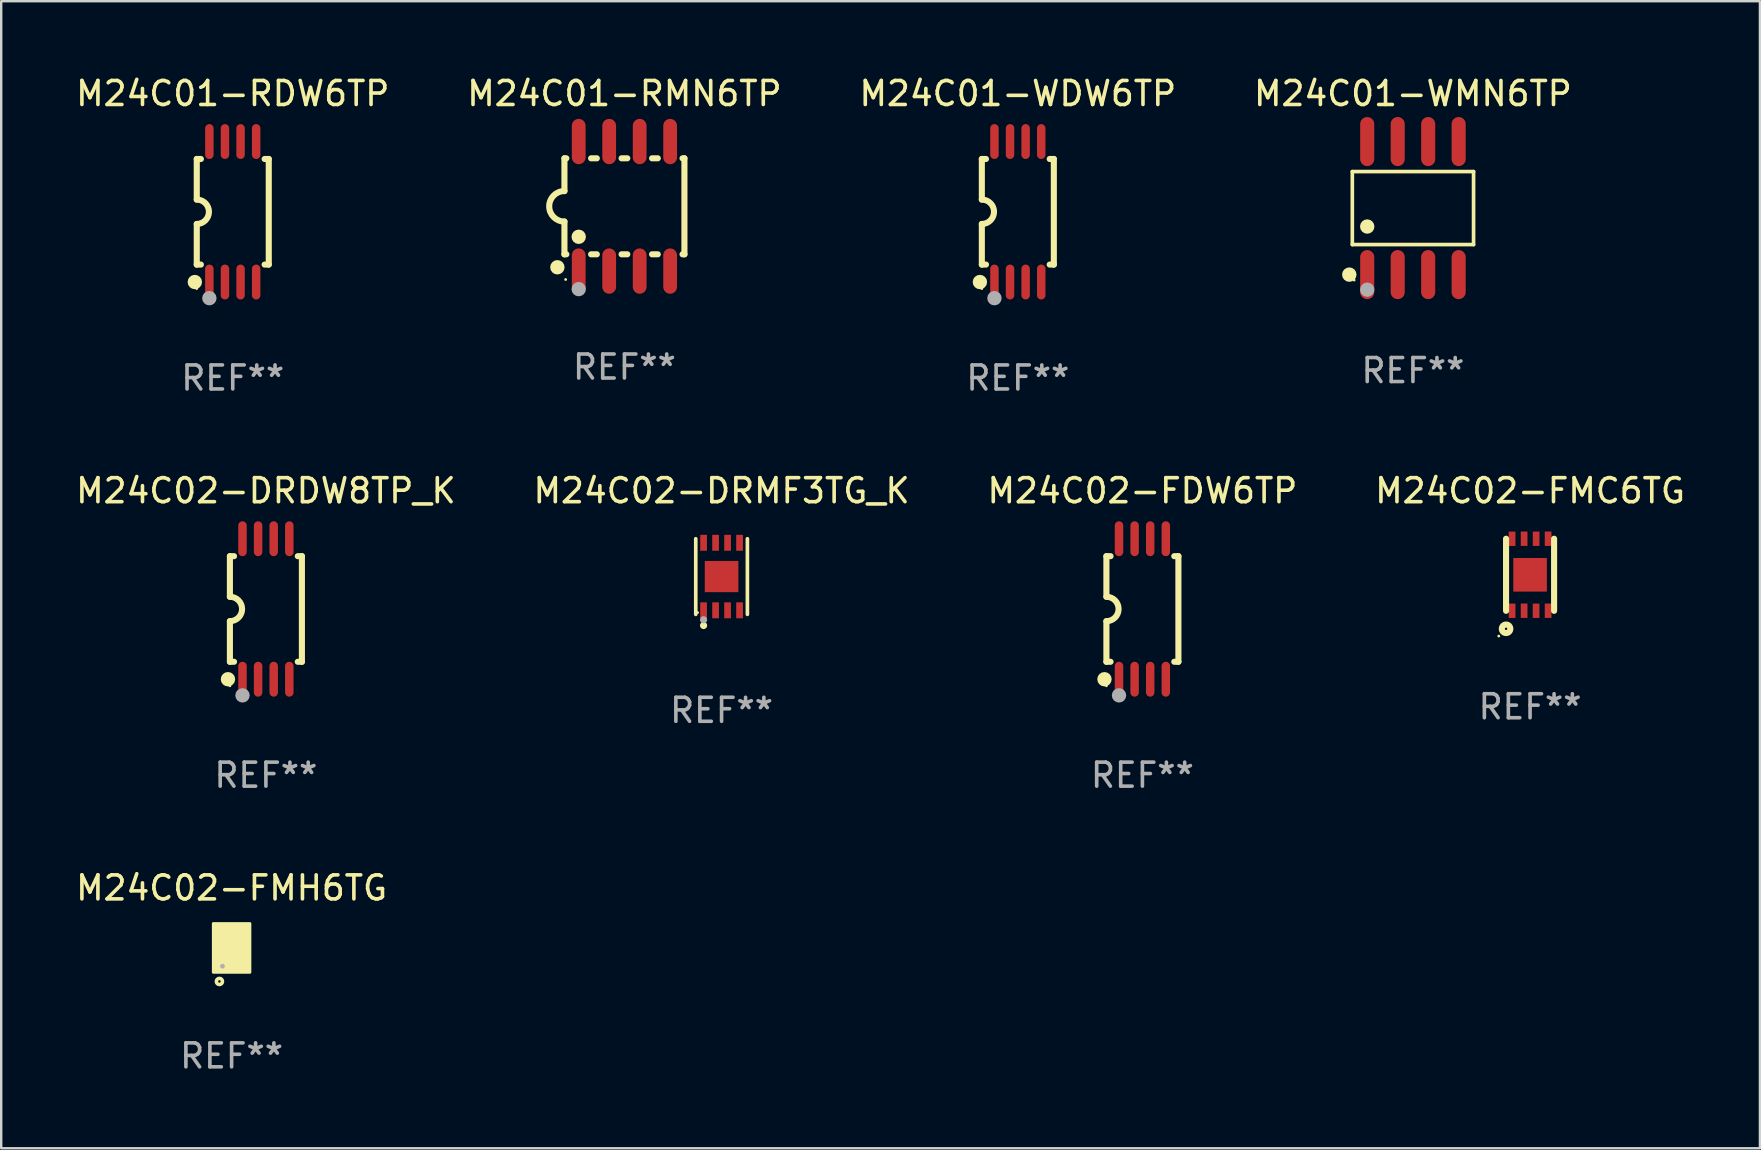
<source format=kicad_pcb>
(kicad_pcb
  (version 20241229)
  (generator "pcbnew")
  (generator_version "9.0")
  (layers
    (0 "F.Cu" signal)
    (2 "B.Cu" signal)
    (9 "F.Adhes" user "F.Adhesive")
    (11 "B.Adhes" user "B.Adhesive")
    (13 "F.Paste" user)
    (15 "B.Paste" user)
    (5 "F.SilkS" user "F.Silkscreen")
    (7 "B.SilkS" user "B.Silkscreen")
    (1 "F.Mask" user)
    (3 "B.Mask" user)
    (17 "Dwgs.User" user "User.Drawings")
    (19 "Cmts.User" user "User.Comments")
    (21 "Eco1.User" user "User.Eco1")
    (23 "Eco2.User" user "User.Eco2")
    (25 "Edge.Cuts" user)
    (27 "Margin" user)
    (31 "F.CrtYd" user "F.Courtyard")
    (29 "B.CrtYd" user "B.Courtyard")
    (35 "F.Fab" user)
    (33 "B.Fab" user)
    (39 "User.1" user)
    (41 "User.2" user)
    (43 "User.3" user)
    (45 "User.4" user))
  (footprint "M24C01-RMN6TP"
    (layer "F.Cu")
    (at 22.97 5.547)
    (property "Reference" "M24C01-RMN6TP" (at 0 -4.699 0) (layer "F.SilkS") (effects (font (size 1 1) (thickness 0.15))))
    (attr through_hole)
    (fp_line (start -2.5 -2) (end -2.5 -0.635) (stroke (width 0.254) (type solid)) (layer "F.SilkS"))
    (fp_line (start -2.5 -2) (end -2.421 -2) (stroke (width 0.254) (type solid)) (layer "F.SilkS"))
    (fp_line (start -2.5 2) (end -2.5 0.635) (stroke (width 0.254) (type solid)) (layer "F.SilkS"))
    (fp_line (start -2.5 2) (end -2.421 2) (stroke (width 0.254) (type solid)) (layer "F.SilkS"))
    (fp_line (start -1.389 -2) (end -1.151 -2) (stroke (width 0.254) (type solid)) (layer "F.SilkS"))
    (fp_line (start -1.389 2) (end -1.151 2) (stroke (width 0.254) (type solid)) (layer "F.SilkS"))
    (fp_line (start -0.119 -2) (end 0.119 -2) (stroke (width 0.254) (type solid)) (layer "F.SilkS"))
    (fp_line (start -0.119 2) (end 0.119 2) (stroke (width 0.254) (type solid)) (layer "F.SilkS"))
    (fp_line (start 1.151 -2) (end 1.389 -2) (stroke (width 0.254) (type solid)) (layer "F.SilkS"))
    (fp_line (start 1.151 2) (end 1.389 2) (stroke (width 0.254) (type solid)) (layer "F.SilkS"))
    (fp_line (start 2.421 -2) (end 2.5 -2) (stroke (width 0.254) (type solid)) (layer "F.SilkS"))
    (fp_line (start 2.421 2) (end 2.5 2) (stroke (width 0.254) (type solid)) (layer "F.SilkS"))
    (fp_line (start 2.5 -2) (end 2.5 2) (stroke (width 0.254) (type solid)) (layer "F.SilkS"))
    (fp_arc (start -2.5 0.635001) (mid -3.134366 -0.000318) (end -2.499365 -0.635001) (stroke (width 0.254001) (type solid)) (layer "F.SilkS"))
    (fp_circle (center -2.794 2.54) (end -2.644 2.54) (stroke (width 0.3) (type solid)) (fill no) (layer "F.SilkS"))
    (fp_circle (center -2.45 3.05) (end -2.42 3.05) (stroke (width 0.06) (type solid)) (fill no) (layer "F.SilkS"))
    (fp_circle (center -1.905 1.27) (end -1.755 1.27) (stroke (width 0.3) (type solid)) (fill no) (layer "F.SilkS"))
    (fp_circle (center -1.905 3.45) (end -1.755 3.45) (stroke (width 0.3) (type solid)) (fill no) (layer "F.Fab"))
    (fp_text user "REF**" (at 0 6.699 0) (layer "F.Fab") (effects (font (size 1 1) (thickness 0.15))))
    (pad "1" smd oval (at -1.905 2.699) (size 0.574 1.888) (layers "F.Cu" "F.Mask" "F.Paste"))
    (pad "2" smd oval (at -0.635 2.699) (size 0.574 1.888) (layers "F.Cu" "F.Mask" "F.Paste"))
    (pad "3" smd oval (at 0.635 2.699) (size 0.574 1.888) (layers "F.Cu" "F.Mask" "F.Paste"))
    (pad "4" smd oval (at 1.905 2.699) (size 0.574 1.888) (layers "F.Cu" "F.Mask" "F.Paste"))
    (pad "5" smd oval (at 1.905 -2.699) (size 0.574 1.888) (layers "F.Cu" "F.Mask" "F.Paste"))
    (pad "6" smd oval (at 0.635 -2.699) (size 0.574 1.888) (layers "F.Cu" "F.Mask" "F.Paste"))
    (pad "7" smd oval (at -0.635 -2.699) (size 0.574 1.888) (layers "F.Cu" "F.Mask" "F.Paste"))
    (pad "8" smd oval (at -1.905 -2.699) (size 0.574 1.888) (layers "F.Cu" "F.Mask" "F.Paste")))
  (footprint "M24C02-DRMF3TG_K"
    (layer "F.Cu")
    (at 27.018 20.975)
    (property "Reference" "M24C02-DRMF3TG_K" (at 0 -3.576 0) (layer "F.SilkS") (effects (font (size 1 1) (thickness 0.15))))
    (attr through_hole)
    (fp_line (start -1.076 1.576) (end -1.076 -1.576) (stroke (width 0.152) (type solid)) (layer "F.SilkS"))
    (fp_line (start 1.076 1.576) (end 1.076 -1.576) (stroke (width 0.152) (type solid)) (layer "F.SilkS"))
    (fp_circle (center -1 1.5) (end -0.97 1.5) (stroke (width 0.06) (type solid)) (fill no) (layer "F.SilkS"))
    (fp_circle (center -0.75 2.04) (end -0.675 2.04) (stroke (width 0.15) (type solid)) (fill no) (layer "F.SilkS"))
    (fp_circle (center -0.75 1.8) (end -0.675 1.8) (stroke (width 0.15) (type solid)) (fill no) (layer "F.Fab"))
    (fp_text user "REF**" (at 0 5.576 0) (layer "F.Fab") (effects (font (size 1 1) (thickness 0.15))))
    (pad "1" smd rect (at -0.75 1.407) (size 0.28 0.665) (layers "F.Cu" "F.Mask" "F.Paste"))
    (pad "2" smd rect (at -0.25 1.407) (size 0.28 0.665) (layers "F.Cu" "F.Mask" "F.Paste"))
    (pad "3" smd rect (at 0.25 1.407) (size 0.28 0.665) (layers "F.Cu" "F.Mask" "F.Paste"))
    (pad "4" smd rect (at 0.75 1.407) (size 0.28 0.665) (layers "F.Cu" "F.Mask" "F.Paste"))
    (pad "5" smd rect (at 0.75 -1.407) (size 0.28 0.665) (layers "F.Cu" "F.Mask" "F.Paste"))
    (pad "6" smd rect (at 0.25 -1.407) (size 0.28 0.665) (layers "F.Cu" "F.Mask" "F.Paste"))
    (pad "7" smd rect (at -0.25 -1.407) (size 0.28 0.665) (layers "F.Cu" "F.Mask" "F.Paste"))
    (pad "8" smd rect (at -0.75 -1.407) (size 0.28 0.665) (layers "F.Cu" "F.Mask" "F.Paste"))
    (pad "9" smd rect (at 0 0) (size 1.4 1.3) (layers "F.Cu" "F.Mask" "F.Paste")))
  (footprint "M24C02-FMH6TG"
    (layer "F.Cu")
    (at 6.601 36.45)
    (property "Reference" "M24C02-FMH6TG" (at 0 -2.5 0) (layer "F.SilkS") (effects (font (size 1 1) (thickness 0.15))))
    (attr through_hole)
    (fp_circle (center -0.7 0.85) (end -0.67 0.85) (stroke (width 0.06) (type solid)) (fill no) (layer "F.SilkS"))
    (fp_circle (center -0.508 1.397) (end -0.381 1.397) (stroke (width 0.15) (type solid)) (fill no) (layer "F.SilkS"))
    (fp_poly (pts (xy -0.762 -1.016) (xy 0.762 -1.016) (xy 0.762 1.016) (xy -0.762 1.016)) (stroke (width 0.12) (type solid)) (fill yes) (layer "F.SilkS"))
    (fp_circle (center -0.381 0.762) (end -0.331 0.762) (stroke (width 0.1) (type solid)) (fill no) (layer "F.Fab"))
    (fp_text user "REF**" (at 0 4.5 0) (layer "F.Fab") (effects (font (size 1 1) (thickness 0.15))))
    (pad "1" smd rect (at -0.4 0.5 90) (size 0.6 0.2) (layers "F.Cu" "F.Mask" "F.Paste"))
    (pad "2" smd rect (at 0 0.000127 90) (size 1.6 0.2) (layers "F.Cu" "F.Mask" "F.Paste"))
    (pad "3" smd rect (at 0.4 0.5 90) (size 0.6 0.2) (layers "F.Cu" "F.Mask" "F.Paste"))
    (pad "4" smd rect (at 0.4 -0.5 90) (size 0.6 0.2) (layers "F.Cu" "F.Mask" "F.Paste"))
    (pad "5" smd rect (at -0.4 -0.5 90) (size 0.6 0.2) (layers "F.Cu" "F.Mask" "F.Paste")))
  (footprint "M24C01-WMN6TP"
    (layer "F.Cu")
    (at 55.827 5.621)
    (property "Reference" "M24C01-WMN6TP" (at 0 -4.772 0) (layer "F.SilkS") (effects (font (size 1 1) (thickness 0.15))))
    (attr through_hole)
    (fp_line (start -2.526 -1.521) (end 2.526 -1.521) (stroke (width 0.152) (type solid)) (layer "F.SilkS"))
    (fp_line (start -2.526 1.521) (end -2.526 -1.521) (stroke (width 0.152) (type solid)) (layer "F.SilkS"))
    (fp_line (start 2.526 -1.521) (end 2.526 1.521) (stroke (width 0.152) (type solid)) (layer "F.SilkS"))
    (fp_line (start 2.526 1.521) (end -2.526 1.521) (stroke (width 0.152) (type solid)) (layer "F.SilkS"))
    (fp_circle (center -2.652 2.772) (end -2.501 2.772) (stroke (width 0.3) (type solid)) (fill no) (layer "F.SilkS"))
    (fp_circle (center -2.45 3) (end -2.42 3) (stroke (width 0.06) (type solid)) (fill no) (layer "F.SilkS"))
    (fp_circle (center -1.905 0.769) (end -1.755 0.769) (stroke (width 0.3) (type solid)) (fill no) (layer "F.SilkS"))
    (fp_circle (center -1.905 3.4) (end -1.755 3.4) (stroke (width 0.3) (type solid)) (fill no) (layer "F.Fab"))
    (fp_text user "REF**" (at 0 6.772 0) (layer "F.Fab") (effects (font (size 1 1) (thickness 0.15))))
    (pad "1" smd oval (at -1.905 2.772) (size 0.588 2.045) (layers "F.Cu" "F.Mask" "F.Paste"))
    (pad "2" smd oval (at -0.635 2.772) (size 0.588 2.045) (layers "F.Cu" "F.Mask" "F.Paste"))
    (pad "3" smd oval (at 0.635 2.772) (size 0.588 2.045) (layers "F.Cu" "F.Mask" "F.Paste"))
    (pad "4" smd oval (at 1.905 2.772) (size 0.588 2.045) (layers "F.Cu" "F.Mask" "F.Paste"))
    (pad "5" smd oval (at 1.905 -2.772) (size 0.588 2.045) (layers "F.Cu" "F.Mask" "F.Paste"))
    (pad "6" smd oval (at 0.635 -2.772) (size 0.588 2.045) (layers "F.Cu" "F.Mask" "F.Paste"))
    (pad "7" smd oval (at -0.635 -2.772) (size 0.588 2.045) (layers "F.Cu" "F.Mask" "F.Paste"))
    (pad "8" smd oval (at -1.905 -2.772) (size 0.588 2.045) (layers "F.Cu" "F.Mask" "F.Paste")))
  (footprint "M24C01-RDW6TP"
    (layer "F.Cu")
    (at 6.649 5.775)
    (property "Reference" "M24C01-RDW6TP" (at 0 -4.927 0) (layer "F.SilkS") (effects (font (size 1 1) (thickness 0.15))))
    (attr through_hole)
    (fp_line (start -1.5 -2.2) (end -1.5 -0.508) (stroke (width 0.254) (type solid)) (layer "F.SilkS"))
    (fp_line (start -1.5 -2.2) (end -1.328 -2.2) (stroke (width 0.254) (type solid)) (layer "F.SilkS"))
    (fp_line (start -1.5 2.2) (end -1.5 0.508) (stroke (width 0.254) (type solid)) (layer "F.SilkS"))
    (fp_line (start -1.5 2.2) (end -1.328 2.2) (stroke (width 0.254) (type solid)) (layer "F.SilkS"))
    (fp_line (start 1.328 -2.2) (end 1.5 -2.2) (stroke (width 0.254) (type solid)) (layer "F.SilkS"))
    (fp_line (start 1.328 2.2) (end 1.5 2.2) (stroke (width 0.254) (type solid)) (layer "F.SilkS"))
    (fp_line (start 1.5 -2.2) (end 1.5 2.2) (stroke (width 0.254) (type solid)) (layer "F.SilkS"))
    (fp_arc (start -1.501144 -0.508) (mid -0.993143 -0.000571) (end -1.5 0.508001) (stroke (width 0.254001) (type solid)) (layer "F.SilkS"))
    (fp_circle (center -1.581 2.927) (end -1.431 2.927) (stroke (width 0.3) (type solid)) (fill no) (layer "F.SilkS"))
    (fp_circle (center -1.5 3.2) (end -1.47 3.2) (stroke (width 0.06) (type solid)) (fill no) (layer "F.SilkS"))
    (fp_circle (center -0.975 3.6) (end -0.825 3.6) (stroke (width 0.3) (type solid)) (fill no) (layer "F.Fab"))
    (fp_text user "REF**" (at 0 6.927 0) (layer "F.Fab") (effects (font (size 1 1) (thickness 0.15))))
    (pad "1" smd oval (at -0.975 2.927) (size 0.353 1.454) (layers "F.Cu" "F.Mask" "F.Paste"))
    (pad "2" smd oval (at -0.325 2.927) (size 0.353 1.454) (layers "F.Cu" "F.Mask" "F.Paste"))
    (pad "3" smd oval (at 0.325 2.927) (size 0.353 1.454) (layers "F.Cu" "F.Mask" "F.Paste"))
    (pad "4" smd oval (at 0.975 2.927) (size 0.353 1.454) (layers "F.Cu" "F.Mask" "F.Paste"))
    (pad "5" smd oval (at 0.975 -2.927) (size 0.353 1.454) (layers "F.Cu" "F.Mask" "F.Paste"))
    (pad "6" smd oval (at 0.325 -2.927) (size 0.353 1.454) (layers "F.Cu" "F.Mask" "F.Paste"))
    (pad "7" smd oval (at -0.325 -2.927) (size 0.353 1.454) (layers "F.Cu" "F.Mask" "F.Paste"))
    (pad "8" smd oval (at -0.975 -2.927) (size 0.353 1.454) (layers "F.Cu" "F.Mask" "F.Paste")))
  (footprint "M24C02-DRDW8TP_K"
    (layer "F.Cu")
    (at 8.03 22.326)
    (property "Reference" "M24C02-DRDW8TP_K" (at 0 -4.927 0) (layer "F.SilkS") (effects (font (size 1 1) (thickness 0.15))))
    (attr through_hole)
    (fp_line (start -1.5 -2.2) (end -1.5 -0.508) (stroke (width 0.254) (type solid)) (layer "F.SilkS"))
    (fp_line (start -1.5 -2.2) (end -1.328 -2.2) (stroke (width 0.254) (type solid)) (layer "F.SilkS"))
    (fp_line (start -1.5 2.2) (end -1.5 0.508) (stroke (width 0.254) (type solid)) (layer "F.SilkS"))
    (fp_line (start -1.5 2.2) (end -1.328 2.2) (stroke (width 0.254) (type solid)) (layer "F.SilkS"))
    (fp_line (start 1.328 -2.2) (end 1.5 -2.2) (stroke (width 0.254) (type solid)) (layer "F.SilkS"))
    (fp_line (start 1.328 2.2) (end 1.5 2.2) (stroke (width 0.254) (type solid)) (layer "F.SilkS"))
    (fp_line (start 1.5 -2.2) (end 1.5 2.2) (stroke (width 0.254) (type solid)) (layer "F.SilkS"))
    (fp_arc (start -1.501144 -0.508) (mid -0.993143 -0.000571) (end -1.5 0.508001) (stroke (width 0.254001) (type solid)) (layer "F.SilkS"))
    (fp_circle (center -1.581 2.927) (end -1.431 2.927) (stroke (width 0.3) (type solid)) (fill no) (layer "F.SilkS"))
    (fp_circle (center -1.5 3.2) (end -1.47 3.2) (stroke (width 0.06) (type solid)) (fill no) (layer "F.SilkS"))
    (fp_circle (center -0.975 3.6) (end -0.825 3.6) (stroke (width 0.3) (type solid)) (fill no) (layer "F.Fab"))
    (fp_text user "REF**" (at 0 6.927 0) (layer "F.Fab") (effects (font (size 1 1) (thickness 0.15))))
    (pad "1" smd oval (at -0.975 2.927) (size 0.353 1.454) (layers "F.Cu" "F.Mask" "F.Paste"))
    (pad "2" smd oval (at -0.325 2.927) (size 0.353 1.454) (layers "F.Cu" "F.Mask" "F.Paste"))
    (pad "3" smd oval (at 0.325 2.927) (size 0.353 1.454) (layers "F.Cu" "F.Mask" "F.Paste"))
    (pad "4" smd oval (at 0.975 2.927) (size 0.353 1.454) (layers "F.Cu" "F.Mask" "F.Paste"))
    (pad "5" smd oval (at 0.975 -2.927) (size 0.353 1.454) (layers "F.Cu" "F.Mask" "F.Paste"))
    (pad "6" smd oval (at 0.325 -2.927) (size 0.353 1.454) (layers "F.Cu" "F.Mask" "F.Paste"))
    (pad "7" smd oval (at -0.325 -2.927) (size 0.353 1.454) (layers "F.Cu" "F.Mask" "F.Paste"))
    (pad "8" smd oval (at -0.975 -2.927) (size 0.353 1.454) (layers "F.Cu" "F.Mask" "F.Paste")))
  (footprint "M24C01-WDW6TP"
    (layer "F.Cu")
    (at 39.363 5.775)
    (property "Reference" "M24C01-WDW6TP" (at 0 -4.927 0) (layer "F.SilkS") (effects (font (size 1 1) (thickness 0.15))))
    (attr through_hole)
    (fp_line (start -1.5 -2.2) (end -1.5 -0.508) (stroke (width 0.254) (type solid)) (layer "F.SilkS"))
    (fp_line (start -1.5 -2.2) (end -1.328 -2.2) (stroke (width 0.254) (type solid)) (layer "F.SilkS"))
    (fp_line (start -1.5 2.2) (end -1.5 0.508) (stroke (width 0.254) (type solid)) (layer "F.SilkS"))
    (fp_line (start -1.5 2.2) (end -1.328 2.2) (stroke (width 0.254) (type solid)) (layer "F.SilkS"))
    (fp_line (start 1.328 -2.2) (end 1.5 -2.2) (stroke (width 0.254) (type solid)) (layer "F.SilkS"))
    (fp_line (start 1.328 2.2) (end 1.5 2.2) (stroke (width 0.254) (type solid)) (layer "F.SilkS"))
    (fp_line (start 1.5 -2.2) (end 1.5 2.2) (stroke (width 0.254) (type solid)) (layer "F.SilkS"))
    (fp_arc (start -1.501144 -0.508) (mid -0.993143 -0.000571) (end -1.5 0.508001) (stroke (width 0.254001) (type solid)) (layer "F.SilkS"))
    (fp_circle (center -1.581 2.927) (end -1.431 2.927) (stroke (width 0.3) (type solid)) (fill no) (layer "F.SilkS"))
    (fp_circle (center -1.5 3.2) (end -1.47 3.2) (stroke (width 0.06) (type solid)) (fill no) (layer "F.SilkS"))
    (fp_circle (center -0.975 3.6) (end -0.825 3.6) (stroke (width 0.3) (type solid)) (fill no) (layer "F.Fab"))
    (fp_text user "REF**" (at 0 6.927 0) (layer "F.Fab") (effects (font (size 1 1) (thickness 0.15))))
    (pad "1" smd oval (at -0.975 2.927) (size 0.353 1.454) (layers "F.Cu" "F.Mask" "F.Paste"))
    (pad "2" smd oval (at -0.325 2.927) (size 0.353 1.454) (layers "F.Cu" "F.Mask" "F.Paste"))
    (pad "3" smd oval (at 0.325 2.927) (size 0.353 1.454) (layers "F.Cu" "F.Mask" "F.Paste"))
    (pad "4" smd oval (at 0.975 2.927) (size 0.353 1.454) (layers "F.Cu" "F.Mask" "F.Paste"))
    (pad "5" smd oval (at 0.975 -2.927) (size 0.353 1.454) (layers "F.Cu" "F.Mask" "F.Paste"))
    (pad "6" smd oval (at 0.325 -2.927) (size 0.353 1.454) (layers "F.Cu" "F.Mask" "F.Paste"))
    (pad "7" smd oval (at -0.325 -2.927) (size 0.353 1.454) (layers "F.Cu" "F.Mask" "F.Paste"))
    (pad "8" smd oval (at -0.975 -2.927) (size 0.353 1.454) (layers "F.Cu" "F.Mask" "F.Paste")))
  (footprint "M24C02-FMC6TG"
    (layer "F.Cu")
    (at 60.708 20.901)
    (property "Reference" "M24C02-FMC6TG" (at 0 -3.502 0) (layer "F.SilkS") (effects (font (size 1 1) (thickness 0.15))))
    (attr through_hole)
    (fp_line (start -1.001 1.502) (end -1.001 -1.501) (stroke (width 0.254) (type solid)) (layer "F.SilkS"))
    (fp_line (start 1.001 1.502) (end 1.001 -1.501) (stroke (width 0.254) (type solid)) (layer "F.SilkS"))
    (fp_circle (center -1.304 2.554) (end -1.274 2.554) (stroke (width 0.06) (type solid)) (fill no) (layer "F.SilkS"))
    (fp_circle (center -1 2.251) (end -0.823 2.251) (stroke (width 0.254) (type solid)) (fill no) (layer "F.SilkS"))
    (fp_text user "REF**" (at 0 5.502 0) (layer "F.Fab") (effects (font (size 1 1) (thickness 0.15))))
    (pad "1" smd rect (at -0.75 1.5 180) (size 0.28 0.6) (layers "F.Cu" "F.Mask" "F.Paste"))
    (pad "2" smd rect (at -0.248 1.498 180) (size 0.28 0.6) (layers "F.Cu" "F.Mask" "F.Paste"))
    (pad "3" smd rect (at 0.25 1.5 180) (size 0.28 0.6) (layers "F.Cu" "F.Mask" "F.Paste"))
    (pad "4" smd rect (at 0.752 1.498 180) (size 0.28 0.6) (layers "F.Cu" "F.Mask" "F.Paste"))
    (pad "5" smd rect (at 0.752 -1.502 180) (size 0.28 0.6) (layers "F.Cu" "F.Mask" "F.Paste"))
    (pad "6" smd rect (at 0.252 -1.502 180) (size 0.28 0.6) (layers "F.Cu" "F.Mask" "F.Paste"))
    (pad "7" smd rect (at -0.248 -1.502 180) (size 0.28 0.6) (layers "F.Cu" "F.Mask" "F.Paste"))
    (pad "8" smd rect (at -0.75 -1.5 180) (size 0.28 0.6) (layers "F.Cu" "F.Mask" "F.Paste"))
    (pad "9" smd rect (at 0.000051 0.001 270) (size 1.4 1.4) (layers "F.Cu" "F.Mask" "F.Paste")))
  (footprint "M24C02-FDW6TP"
    (layer "F.Cu")
    (at 44.554 22.326)
    (property "Reference" "M24C02-FDW6TP" (at 0 -4.927 0) (layer "F.SilkS") (effects (font (size 1 1) (thickness 0.15))))
    (attr through_hole)
    (fp_line (start -1.5 -2.2) (end -1.5 -0.508) (stroke (width 0.254) (type solid)) (layer "F.SilkS"))
    (fp_line (start -1.5 -2.2) (end -1.328 -2.2) (stroke (width 0.254) (type solid)) (layer "F.SilkS"))
    (fp_line (start -1.5 2.2) (end -1.5 0.508) (stroke (width 0.254) (type solid)) (layer "F.SilkS"))
    (fp_line (start -1.5 2.2) (end -1.328 2.2) (stroke (width 0.254) (type solid)) (layer "F.SilkS"))
    (fp_line (start 1.328 -2.2) (end 1.5 -2.2) (stroke (width 0.254) (type solid)) (layer "F.SilkS"))
    (fp_line (start 1.328 2.2) (end 1.5 2.2) (stroke (width 0.254) (type solid)) (layer "F.SilkS"))
    (fp_line (start 1.5 -2.2) (end 1.5 2.2) (stroke (width 0.254) (type solid)) (layer "F.SilkS"))
    (fp_arc (start -1.501144 -0.508) (mid -0.993143 -0.000571) (end -1.5 0.508001) (stroke (width 0.254001) (type solid)) (layer "F.SilkS"))
    (fp_circle (center -1.581 2.927) (end -1.431 2.927) (stroke (width 0.3) (type solid)) (fill no) (layer "F.SilkS"))
    (fp_circle (center -1.5 3.2) (end -1.47 3.2) (stroke (width 0.06) (type solid)) (fill no) (layer "F.SilkS"))
    (fp_circle (center -0.975 3.6) (end -0.825 3.6) (stroke (width 0.3) (type solid)) (fill no) (layer "F.Fab"))
    (fp_text user "REF**" (at 0 6.927 0) (layer "F.Fab") (effects (font (size 1 1) (thickness 0.15))))
    (pad "1" smd oval (at -0.975 2.927) (size 0.353 1.454) (layers "F.Cu" "F.Mask" "F.Paste"))
    (pad "2" smd oval (at -0.325 2.927) (size 0.353 1.454) (layers "F.Cu" "F.Mask" "F.Paste"))
    (pad "3" smd oval (at 0.325 2.927) (size 0.353 1.454) (layers "F.Cu" "F.Mask" "F.Paste"))
    (pad "4" smd oval (at 0.975 2.927) (size 0.353 1.454) (layers "F.Cu" "F.Mask" "F.Paste"))
    (pad "5" smd oval (at 0.975 -2.927) (size 0.353 1.454) (layers "F.Cu" "F.Mask" "F.Paste"))
    (pad "6" smd oval (at 0.325 -2.927) (size 0.353 1.454) (layers "F.Cu" "F.Mask" "F.Paste"))
    (pad "7" smd oval (at -0.325 -2.927) (size 0.353 1.454) (layers "F.Cu" "F.Mask" "F.Paste"))
    (pad "8" smd oval (at -0.975 -2.927) (size 0.353 1.454) (layers "F.Cu" "F.Mask" "F.Paste")))
  (gr_rect
    (start -3 -3)
    (end 70.286 44.798)
    (stroke (width 0.1) (type default))
    (fill no)
    (layer "Edge.Cuts")))
</source>
